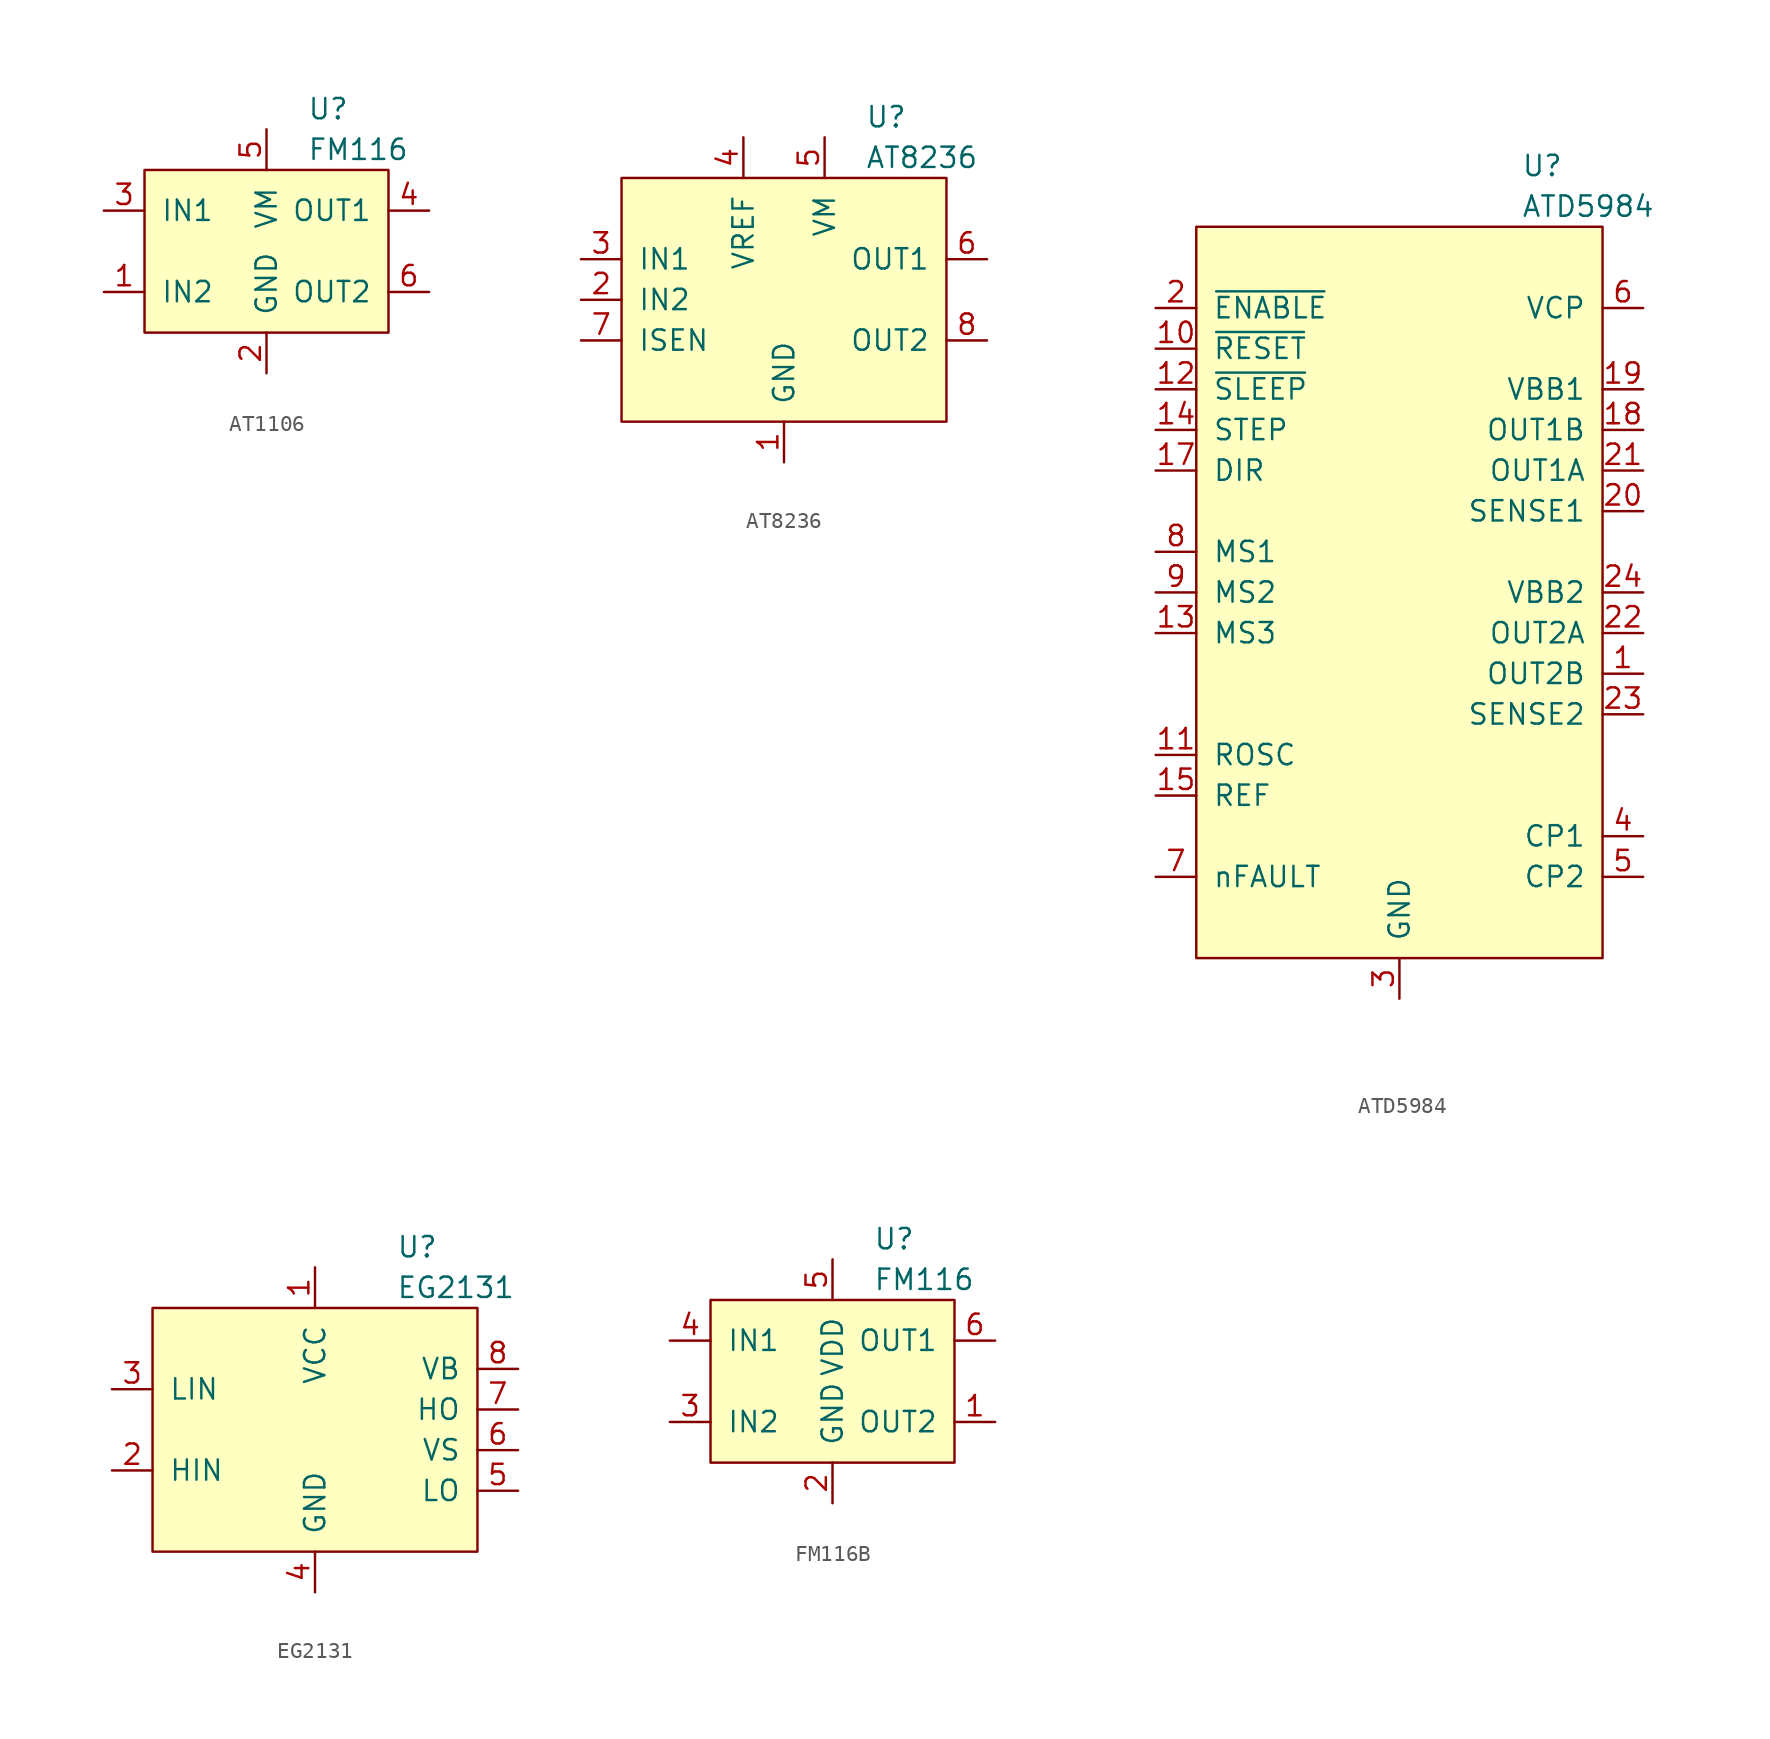
<source format=kicad_sym>
(kicad_symbol_lib
  (version 20241209)
  (generator "kicad_symbol_editor")
  (generator_version "9.0")
  (symbol "AT1106"
    (pin_names
      (offset 1.016))
    (property "Reference" "U"
      (at 2.54 8.89 0)
      (effects (font (size 1.27 1.27)) (justify left)))
    (property "Value" "FM116"
      (at 2.54 6.35 0)
      (effects (font (size 1.27 1.27)) (justify left)))
    (symbol "AT1106_0_1"
      (rectangle (start -7.62 5.08) (end 7.62 -5.08) (stroke (width 0) (type default)) (fill (type background))))
    (symbol "AT1106_1_1"
      (pin input line (at -10.16 2.54 0) (length 2.54) (name "IN1" (effects (font (size 1.27 1.27)))) (number "3" (effects (font (size 1.27 1.27)))))
      (pin input line (at -10.16 -2.54 0) (length 2.54) (name "IN2" (effects (font (size 1.27 1.27)))) (number "1" (effects (font (size 1.27 1.27)))))
      (pin power_in line (at 0 7.62 270) (length 2.54) (name "VM" (effects (font (size 1.27 1.27)))) (number "5" (effects (font (size 1.27 1.27)))))
      (pin power_in line (at 0 -7.62 90) (length 2.54) (name "GND" (effects (font (size 1.27 1.27)))) (number "2" (effects (font (size 1.27 1.27)))))
      (pin power_out line (at 10.16 2.54 180) (length 2.54) (name "OUT1" (effects (font (size 1.27 1.27)))) (number "4" (effects (font (size 1.27 1.27)))))
      (pin power_out line (at 10.16 -2.54 180) (length 2.54) (name "OUT2" (effects (font (size 1.27 1.27)))) (number "6" (effects (font (size 1.27 1.27)))))))
  (symbol "AT8236"
    (pin_names
      (offset 1.016))
    (property "Reference" "U"
      (at 5.08 11.43 0)
      (effects (font (size 1.27 1.27)) (justify left)))
    (property "Value" "AT8236"
      (at 5.08 8.89 0)
      (effects (font (size 1.27 1.27)) (justify left)))
    (symbol "AT8236_0_1"
      (rectangle (start -10.16 7.62) (end 10.16 -7.62) (stroke (width 0) (type default)) (fill (type background))))
    (symbol "AT8236_1_1"
      (pin input line (at -12.7 2.54 0) (length 2.54) (name "IN1" (effects (font (size 1.27 1.27)))) (number "3" (effects (font (size 1.27 1.27)))))
      (pin input line (at -12.7 0 0) (length 2.54) (name "IN2" (effects (font (size 1.27 1.27)))) (number "2" (effects (font (size 1.27 1.27)))))
      (pin input line (at -12.7 -2.54 0) (length 2.54) (name "ISEN" (effects (font (size 1.27 1.27)))) (number "7" (effects (font (size 1.27 1.27)))))
      (pin power_in line (at -2.54 10.16 270) (length 2.54) (name "VREF" (effects (font (size 1.27 1.27)))) (number "4" (effects (font (size 1.27 1.27)))))
      (pin power_in line (at 0 -10.16 90) (length 2.54) (name "GND" (effects (font (size 1.27 1.27)))) (number "1" (effects (font (size 1.27 1.27)))))
      (pin power_in line (at 0 -10.16 90) (length 2.54) (hide yes) (name "GND" (effects (font (size 1.27 1.27)))) (number "9" (effects (font (size 1.27 1.27)))))
      (pin power_in line (at 2.54 10.16 270) (length 2.54) (name "VM" (effects (font (size 1.27 1.27)))) (number "5" (effects (font (size 1.27 1.27)))))
      (pin power_out line (at 12.7 2.54 180) (length 2.54) (name "OUT1" (effects (font (size 1.27 1.27)))) (number "6" (effects (font (size 1.27 1.27)))))
      (pin power_out line (at 12.7 -2.54 180) (length 2.54) (name "OUT2" (effects (font (size 1.27 1.27)))) (number "8" (effects (font (size 1.27 1.27)))))))
  (symbol "ATD5984"
    (pin_names
      (offset 1.016))
    (property "Reference" "U"
      (at 7.62 26.67 0)
      (effects (font (size 1.27 1.27)) (justify left)))
    (property "Value" "ATD5984"
      (at 7.62 24.13 0)
      (effects (font (size 1.27 1.27)) (justify left)))
    (symbol "ATD5984_0_1"
      (rectangle (start -12.7 22.86) (end 12.7 -22.86) (stroke (width 0) (type default)) (fill (type background))))
    (symbol "ATD5984_1_0"
      (pin input line (at -15.24 15.24 0) (length 2.54) (name "~{RESET}" (effects (font (size 1.27 1.27)))) (number "10" (effects (font (size 1.27 1.27)))))
      (pin input line (at -15.24 12.7 0) (length 2.54) (name "~{SLEEP}" (effects (font (size 1.27 1.27)))) (number "12" (effects (font (size 1.27 1.27)))))
      (pin input line (at -15.24 10.16 0) (length 2.54) (name "STEP" (effects (font (size 1.27 1.27)))) (number "14" (effects (font (size 1.27 1.27)))))
      (pin input line (at -15.24 7.62 0) (length 2.54) (name "DIR" (effects (font (size 1.27 1.27)))) (number "17" (effects (font (size 1.27 1.27)))))
      (pin input line (at -15.24 0 0) (length 2.54) (name "MS2" (effects (font (size 1.27 1.27)))) (number "9" (effects (font (size 1.27 1.27)))))
      (pin input line (at -15.24 -2.54 0) (length 2.54) (name "MS3" (effects (font (size 1.27 1.27)))) (number "13" (effects (font (size 1.27 1.27)))))
      (pin input line (at -15.24 -10.16 0) (length 2.54) (name "ROSC" (effects (font (size 1.27 1.27)))) (number "11" (effects (font (size 1.27 1.27)))))
      (pin input line (at -15.24 -12.7 0) (length 2.54) (name "REF" (effects (font (size 1.27 1.27)))) (number "15" (effects (font (size 1.27 1.27)))))
      (pin power_in line (at 0 -25.4 90) (length 2.54) (hide yes) (name "GND" (effects (font (size 1.27 1.27)))) (number "16" (effects (font (size 1.27 1.27)))))
      (pin power_in line (at 0 -25.4 90) (length 2.54) (hide yes) (name "GND" (effects (font (size 1.27 1.27)))) (number "25" (effects (font (size 1.27 1.27)))))
      (pin power_in line (at 15.24 12.7 180) (length 2.54) (name "VBB1" (effects (font (size 1.27 1.27)))) (number "19" (effects (font (size 1.27 1.27)))))
      (pin power_out line (at 15.24 10.16 180) (length 2.54) (name "OUT1B" (effects (font (size 1.27 1.27)))) (number "18" (effects (font (size 1.27 1.27)))))
      (pin power_out line (at 15.24 7.62 180) (length 2.54) (name "OUT1A" (effects (font (size 1.27 1.27)))) (number "21" (effects (font (size 1.27 1.27)))))
      (pin input line (at 15.24 5.08 180) (length 2.54) (name "SENSE1" (effects (font (size 1.27 1.27)))) (number "20" (effects (font (size 1.27 1.27)))))
      (pin power_in line (at 15.24 0 180) (length 2.54) (name "VBB2" (effects (font (size 1.27 1.27)))) (number "24" (effects (font (size 1.27 1.27)))))
      (pin power_out line (at 15.24 -2.54 180) (length 2.54) (name "OUT2A" (effects (font (size 1.27 1.27)))) (number "22" (effects (font (size 1.27 1.27)))))
      (pin input line (at 15.24 -7.62 180) (length 2.54) (name "SENSE2" (effects (font (size 1.27 1.27)))) (number "23" (effects (font (size 1.27 1.27))))))
    (symbol "ATD5984_1_1"
      (pin input line (at -15.24 17.78 0) (length 2.54) (name "~{ENABLE}" (effects (font (size 1.27 1.27)))) (number "2" (effects (font (size 1.27 1.27)))))
      (pin input line (at -15.24 2.54 0) (length 2.54) (name "MS1" (effects (font (size 1.27 1.27)))) (number "8" (effects (font (size 1.27 1.27)))))
      (pin output line (at -15.24 -17.78 0) (length 2.54) (name "nFAULT" (effects (font (size 1.27 1.27)))) (number "7" (effects (font (size 1.27 1.27)))))
      (pin power_in line (at 0 -25.4 90) (length 2.54) (name "GND" (effects (font (size 1.27 1.27)))) (number "3" (effects (font (size 1.27 1.27)))))
      (pin power_in line (at 15.24 17.78 180) (length 2.54) (name "VCP" (effects (font (size 1.27 1.27)))) (number "6" (effects (font (size 1.27 1.27)))))
      (pin power_out line (at 15.24 -5.08 180) (length 2.54) (name "OUT2B" (effects (font (size 1.27 1.27)))) (number "1" (effects (font (size 1.27 1.27)))))
      (pin power_in line (at 15.24 -15.24 180) (length 2.54) (name "CP1" (effects (font (size 1.27 1.27)))) (number "4" (effects (font (size 1.27 1.27)))))
      (pin power_in line (at 15.24 -17.78 180) (length 2.54) (name "CP2" (effects (font (size 1.27 1.27)))) (number "5" (effects (font (size 1.27 1.27)))))))
  (symbol "EG2131"
    (pin_names
      (offset 1.016))
    (property "Reference" "U"
      (at 5.08 11.43 0)
      (effects (font (size 1.27 1.27)) (justify left)))
    (property "Value" "EG2131"
      (at 5.08 8.89 0)
      (effects (font (size 1.27 1.27)) (justify left)))
    (symbol "EG2131_0_1"
      (rectangle (start -10.16 7.62) (end 10.16 -7.62) (stroke (width 0) (type default)) (fill (type background))))
    (symbol "EG2131_1_1"
      (pin input line (at -12.7 2.54 0) (length 2.54) (name "LIN" (effects (font (size 1.27 1.27)))) (number "3" (effects (font (size 1.27 1.27)))))
      (pin input line (at -12.7 -2.54 0) (length 2.54) (name "HIN" (effects (font (size 1.27 1.27)))) (number "2" (effects (font (size 1.27 1.27)))))
      (pin power_in line (at 0 10.16 270) (length 2.54) (name "VCC" (effects (font (size 1.27 1.27)))) (number "1" (effects (font (size 1.27 1.27)))))
      (pin power_in line (at 0 -10.16 90) (length 2.54) (name "GND" (effects (font (size 1.27 1.27)))) (number "4" (effects (font (size 1.27 1.27)))))
      (pin power_in line (at 12.7 3.81 180) (length 2.54) (name "VB" (effects (font (size 1.27 1.27)))) (number "8" (effects (font (size 1.27 1.27)))))
      (pin input line (at 12.7 1.27 180) (length 2.54) (name "HO" (effects (font (size 1.27 1.27)))) (number "7" (effects (font (size 1.27 1.27)))))
      (pin power_in line (at 12.7 -1.27 180) (length 2.54) (name "VS" (effects (font (size 1.27 1.27)))) (number "6" (effects (font (size 1.27 1.27)))))
      (pin output line (at 12.7 -3.81 180) (length 2.54) (name "LO" (effects (font (size 1.27 1.27)))) (number "5" (effects (font (size 1.27 1.27)))))))
  (symbol "FM116B"
    (pin_names
      (offset 1.016))
    (property "Reference" "U"
      (at 2.54 8.89 0)
      (effects (font (size 1.27 1.27)) (justify left)))
    (property "Value" "FM116"
      (at 2.54 6.35 0)
      (effects (font (size 1.27 1.27)) (justify left)))
    (symbol "FM116B_0_1"
      (rectangle (start -7.62 5.08) (end 7.62 -5.08) (stroke (width 0) (type default)) (fill (type background))))
    (symbol "FM116B_1_1"
      (pin input line (at -10.16 2.54 0) (length 2.54) (name "IN1" (effects (font (size 1.27 1.27)))) (number "4" (effects (font (size 1.27 1.27)))))
      (pin input line (at -10.16 -2.54 0) (length 2.54) (name "IN2" (effects (font (size 1.27 1.27)))) (number "3" (effects (font (size 1.27 1.27)))))
      (pin power_in line (at 0 7.62 270) (length 2.54) (name "VDD" (effects (font (size 1.27 1.27)))) (number "5" (effects (font (size 1.27 1.27)))))
      (pin power_in line (at 0 -7.62 90) (length 2.54) (name "GND" (effects (font (size 1.27 1.27)))) (number "2" (effects (font (size 1.27 1.27)))))
      (pin power_out line (at 10.16 2.54 180) (length 2.54) (name "OUT1" (effects (font (size 1.27 1.27)))) (number "6" (effects (font (size 1.27 1.27)))))
      (pin power_out line (at 10.16 -2.54 180) (length 2.54) (name "OUT2" (effects (font (size 1.27 1.27)))) (number "1" (effects (font (size 1.27 1.27))))))))
</source>
